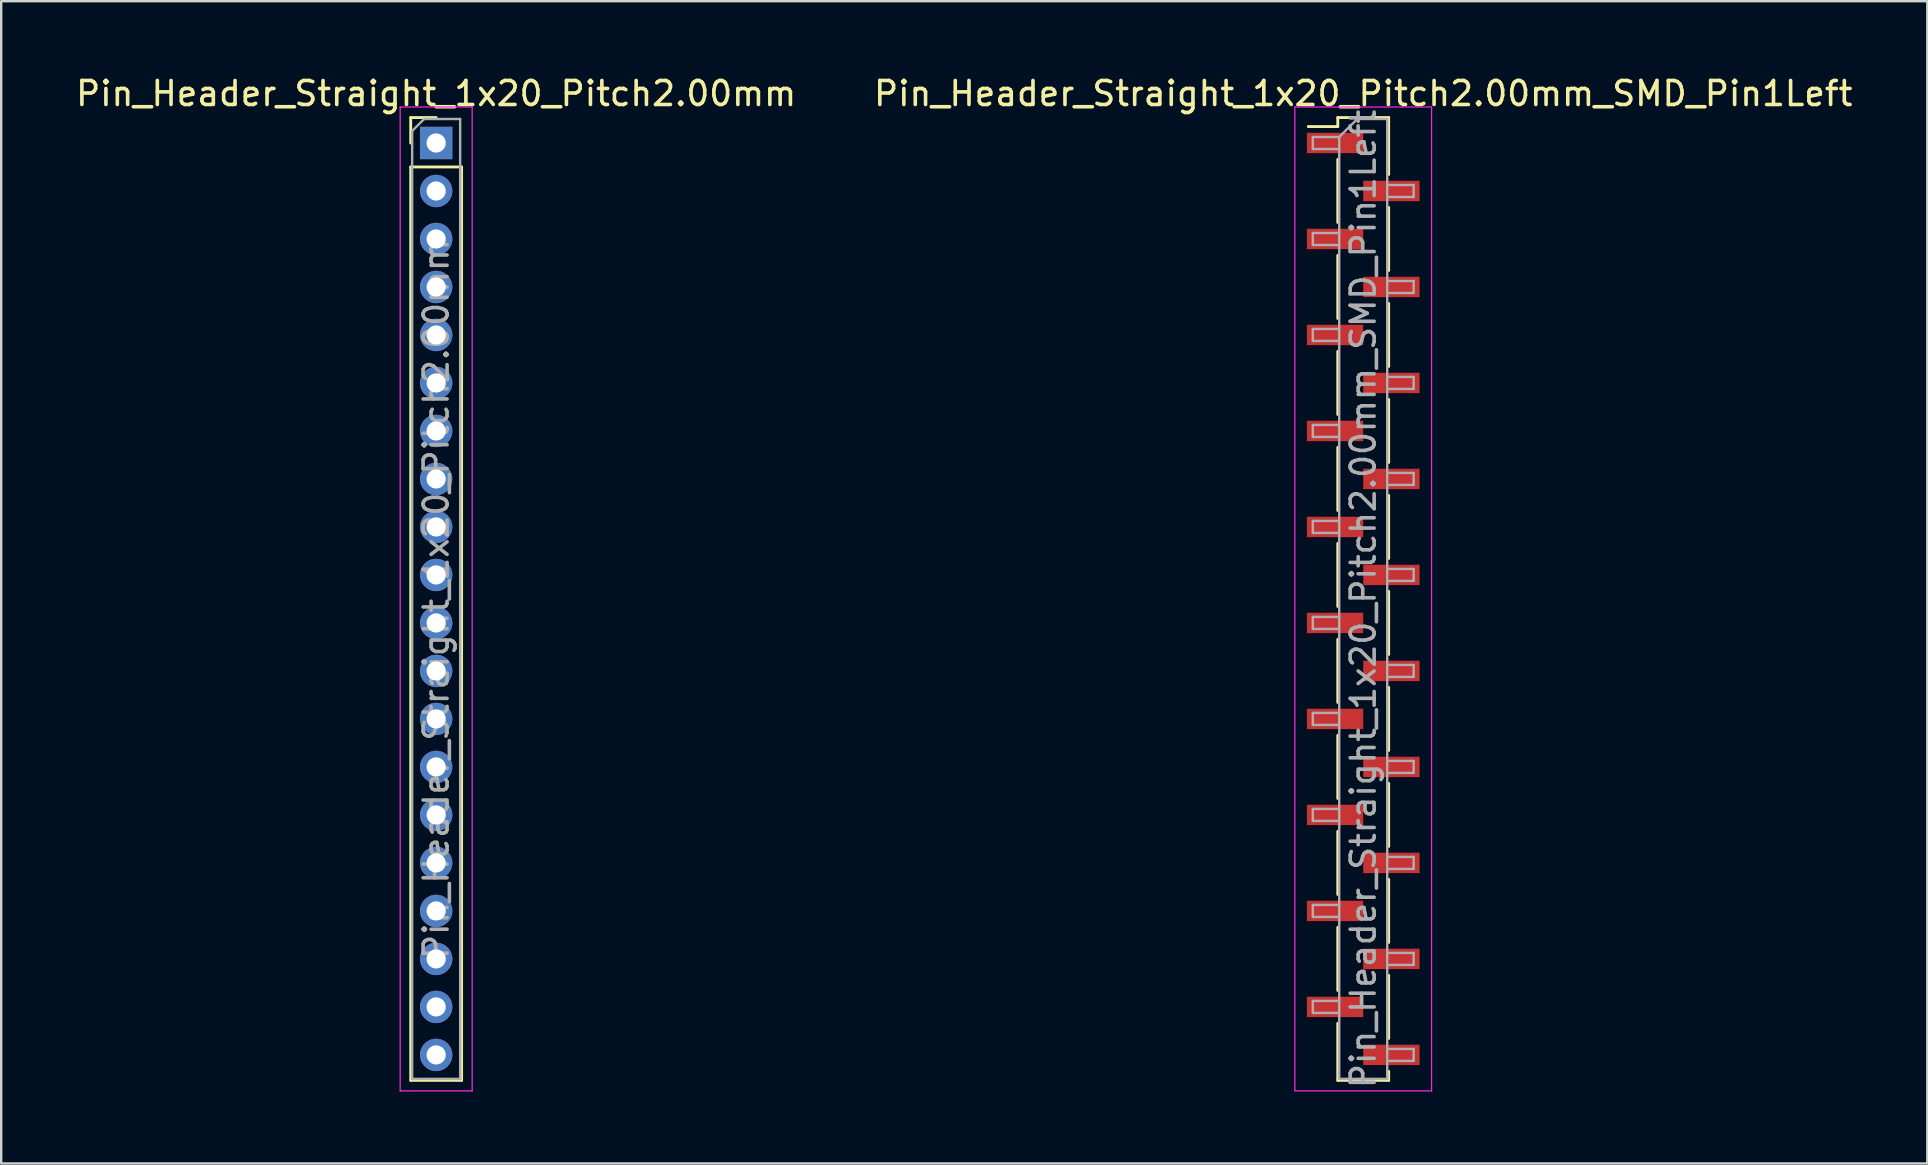
<source format=kicad_pcb>
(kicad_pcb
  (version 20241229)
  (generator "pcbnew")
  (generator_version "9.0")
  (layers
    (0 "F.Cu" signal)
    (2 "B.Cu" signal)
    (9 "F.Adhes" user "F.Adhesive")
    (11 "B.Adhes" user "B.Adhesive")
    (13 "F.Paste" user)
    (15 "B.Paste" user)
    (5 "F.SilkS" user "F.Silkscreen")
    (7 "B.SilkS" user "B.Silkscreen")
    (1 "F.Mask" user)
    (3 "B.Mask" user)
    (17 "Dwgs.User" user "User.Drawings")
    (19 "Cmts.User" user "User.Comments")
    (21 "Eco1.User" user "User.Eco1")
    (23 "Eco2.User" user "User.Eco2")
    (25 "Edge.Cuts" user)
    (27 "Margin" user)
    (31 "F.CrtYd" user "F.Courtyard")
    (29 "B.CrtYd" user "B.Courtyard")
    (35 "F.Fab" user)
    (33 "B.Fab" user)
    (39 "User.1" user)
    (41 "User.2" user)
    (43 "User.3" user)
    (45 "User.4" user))
  (footprint "Pin_Header_Straight_1x20_Pitch2.00mm_SMD_Pin1Left"
    (layer "F.Cu")
    (at 53.756 21.908)
    (property "Reference" "Pin_Header_Straight_1x20_Pitch2.00mm_SMD_Pin1Left" (at 0 -21.06 0) (layer "F.SilkS") (effects (font (size 1 1) (thickness 0.15))))
    (attr smd)
    (fp_line (start -1.06 -20.06) (end -1.06 -19.685) (stroke (width 0.12) (type solid)) (layer "F.SilkS"))
    (fp_line (start -1.06 -20.06) (end 1.06 -20.06) (stroke (width 0.12) (type solid)) (layer "F.SilkS"))
    (fp_line (start -1.06 -19.685) (end -2.29 -19.685) (stroke (width 0.12) (type solid)) (layer "F.SilkS"))
    (fp_line (start -1.06 -18.315) (end -1.06 -15.685) (stroke (width 0.12) (type solid)) (layer "F.SilkS"))
    (fp_line (start -1.06 -14.315) (end -1.06 -11.685) (stroke (width 0.12) (type solid)) (layer "F.SilkS"))
    (fp_line (start -1.06 -10.315) (end -1.06 -7.685) (stroke (width 0.12) (type solid)) (layer "F.SilkS"))
    (fp_line (start -1.06 -6.315) (end -1.06 -3.685) (stroke (width 0.12) (type solid)) (layer "F.SilkS"))
    (fp_line (start -1.06 -2.315) (end -1.06 0.315) (stroke (width 0.12) (type solid)) (layer "F.SilkS"))
    (fp_line (start -1.06 1.685) (end -1.06 4.315) (stroke (width 0.12) (type solid)) (layer "F.SilkS"))
    (fp_line (start -1.06 5.685) (end -1.06 8.315) (stroke (width 0.12) (type solid)) (layer "F.SilkS"))
    (fp_line (start -1.06 9.685) (end -1.06 12.315) (stroke (width 0.12) (type solid)) (layer "F.SilkS"))
    (fp_line (start -1.06 13.685) (end -1.06 16.315) (stroke (width 0.12) (type solid)) (layer "F.SilkS"))
    (fp_line (start -1.06 17.685) (end -1.06 20.06) (stroke (width 0.12) (type solid)) (layer "F.SilkS"))
    (fp_line (start -1.06 20.06) (end 1.06 20.06) (stroke (width 0.12) (type solid)) (layer "F.SilkS"))
    (fp_line (start 1.06 -20.06) (end 1.06 -17.685) (stroke (width 0.12) (type solid)) (layer "F.SilkS"))
    (fp_line (start 1.06 -16.315) (end 1.06 -13.685) (stroke (width 0.12) (type solid)) (layer "F.SilkS"))
    (fp_line (start 1.06 -12.315) (end 1.06 -9.685) (stroke (width 0.12) (type solid)) (layer "F.SilkS"))
    (fp_line (start 1.06 -8.315) (end 1.06 -5.685) (stroke (width 0.12) (type solid)) (layer "F.SilkS"))
    (fp_line (start 1.06 -4.315) (end 1.06 -1.685) (stroke (width 0.12) (type solid)) (layer "F.SilkS"))
    (fp_line (start 1.06 -0.315) (end 1.06 2.315) (stroke (width 0.12) (type solid)) (layer "F.SilkS"))
    (fp_line (start 1.06 3.685) (end 1.06 6.315) (stroke (width 0.12) (type solid)) (layer "F.SilkS"))
    (fp_line (start 1.06 7.685) (end 1.06 10.315) (stroke (width 0.12) (type solid)) (layer "F.SilkS"))
    (fp_line (start 1.06 11.685) (end 1.06 14.315) (stroke (width 0.12) (type solid)) (layer "F.SilkS"))
    (fp_line (start 1.06 15.685) (end 1.06 18.315) (stroke (width 0.12) (type solid)) (layer "F.SilkS"))
    (fp_line (start 1.06 19.685) (end 1.06 20.06) (stroke (width 0.12) (type solid)) (layer "F.SilkS"))
    (fp_line (start -2.85 -20.5) (end -2.85 20.5) (stroke (width 0.05) (type solid)) (layer "F.CrtYd"))
    (fp_line (start -2.85 20.5) (end 2.85 20.5) (stroke (width 0.05) (type solid)) (layer "F.CrtYd"))
    (fp_line (start 2.85 -20.5) (end -2.85 -20.5) (stroke (width 0.05) (type solid)) (layer "F.CrtYd"))
    (fp_line (start 2.85 20.5) (end 2.85 -20.5) (stroke (width 0.05) (type solid)) (layer "F.CrtYd"))
    (fp_line (start -2.1 -19.25) (end -2.1 -18.75) (stroke (width 0.1) (type solid)) (layer "F.Fab"))
    (fp_line (start -2.1 -18.75) (end -1 -18.75) (stroke (width 0.1) (type solid)) (layer "F.Fab"))
    (fp_line (start -2.1 -15.25) (end -2.1 -14.75) (stroke (width 0.1) (type solid)) (layer "F.Fab"))
    (fp_line (start -2.1 -14.75) (end -1 -14.75) (stroke (width 0.1) (type solid)) (layer "F.Fab"))
    (fp_line (start -2.1 -11.25) (end -2.1 -10.75) (stroke (width 0.1) (type solid)) (layer "F.Fab"))
    (fp_line (start -2.1 -10.75) (end -1 -10.75) (stroke (width 0.1) (type solid)) (layer "F.Fab"))
    (fp_line (start -2.1 -7.25) (end -2.1 -6.75) (stroke (width 0.1) (type solid)) (layer "F.Fab"))
    (fp_line (start -2.1 -6.75) (end -1 -6.75) (stroke (width 0.1) (type solid)) (layer "F.Fab"))
    (fp_line (start -2.1 -3.25) (end -2.1 -2.75) (stroke (width 0.1) (type solid)) (layer "F.Fab"))
    (fp_line (start -2.1 -2.75) (end -1 -2.75) (stroke (width 0.1) (type solid)) (layer "F.Fab"))
    (fp_line (start -2.1 0.75) (end -2.1 1.25) (stroke (width 0.1) (type solid)) (layer "F.Fab"))
    (fp_line (start -2.1 1.25) (end -1 1.25) (stroke (width 0.1) (type solid)) (layer "F.Fab"))
    (fp_line (start -2.1 4.75) (end -2.1 5.25) (stroke (width 0.1) (type solid)) (layer "F.Fab"))
    (fp_line (start -2.1 5.25) (end -1 5.25) (stroke (width 0.1) (type solid)) (layer "F.Fab"))
    (fp_line (start -2.1 8.75) (end -2.1 9.25) (stroke (width 0.1) (type solid)) (layer "F.Fab"))
    (fp_line (start -2.1 9.25) (end -1 9.25) (stroke (width 0.1) (type solid)) (layer "F.Fab"))
    (fp_line (start -2.1 12.75) (end -2.1 13.25) (stroke (width 0.1) (type solid)) (layer "F.Fab"))
    (fp_line (start -2.1 13.25) (end -1 13.25) (stroke (width 0.1) (type solid)) (layer "F.Fab"))
    (fp_line (start -2.1 16.75) (end -2.1 17.25) (stroke (width 0.1) (type solid)) (layer "F.Fab"))
    (fp_line (start -2.1 17.25) (end -1 17.25) (stroke (width 0.1) (type solid)) (layer "F.Fab"))
    (fp_line (start -1 -19.25) (end -2.1 -19.25) (stroke (width 0.1) (type solid)) (layer "F.Fab"))
    (fp_line (start -1 -19.25) (end -0.25 -20) (stroke (width 0.1) (type solid)) (layer "F.Fab"))
    (fp_line (start -1 -15.25) (end -2.1 -15.25) (stroke (width 0.1) (type solid)) (layer "F.Fab"))
    (fp_line (start -1 -11.25) (end -2.1 -11.25) (stroke (width 0.1) (type solid)) (layer "F.Fab"))
    (fp_line (start -1 -7.25) (end -2.1 -7.25) (stroke (width 0.1) (type solid)) (layer "F.Fab"))
    (fp_line (start -1 -3.25) (end -2.1 -3.25) (stroke (width 0.1) (type solid)) (layer "F.Fab"))
    (fp_line (start -1 0.75) (end -2.1 0.75) (stroke (width 0.1) (type solid)) (layer "F.Fab"))
    (fp_line (start -1 4.75) (end -2.1 4.75) (stroke (width 0.1) (type solid)) (layer "F.Fab"))
    (fp_line (start -1 8.75) (end -2.1 8.75) (stroke (width 0.1) (type solid)) (layer "F.Fab"))
    (fp_line (start -1 12.75) (end -2.1 12.75) (stroke (width 0.1) (type solid)) (layer "F.Fab"))
    (fp_line (start -1 16.75) (end -2.1 16.75) (stroke (width 0.1) (type solid)) (layer "F.Fab"))
    (fp_line (start -1 20) (end -1 -19.25) (stroke (width 0.1) (type solid)) (layer "F.Fab"))
    (fp_line (start -0.25 -20) (end 1 -20) (stroke (width 0.1) (type solid)) (layer "F.Fab"))
    (fp_line (start 1 -20) (end 1 20) (stroke (width 0.1) (type solid)) (layer "F.Fab"))
    (fp_line (start 1 -17.25) (end 2.1 -17.25) (stroke (width 0.1) (type solid)) (layer "F.Fab"))
    (fp_line (start 1 -13.25) (end 2.1 -13.25) (stroke (width 0.1) (type solid)) (layer "F.Fab"))
    (fp_line (start 1 -9.25) (end 2.1 -9.25) (stroke (width 0.1) (type solid)) (layer "F.Fab"))
    (fp_line (start 1 -5.25) (end 2.1 -5.25) (stroke (width 0.1) (type solid)) (layer "F.Fab"))
    (fp_line (start 1 -1.25) (end 2.1 -1.25) (stroke (width 0.1) (type solid)) (layer "F.Fab"))
    (fp_line (start 1 2.75) (end 2.1 2.75) (stroke (width 0.1) (type solid)) (layer "F.Fab"))
    (fp_line (start 1 6.75) (end 2.1 6.75) (stroke (width 0.1) (type solid)) (layer "F.Fab"))
    (fp_line (start 1 10.75) (end 2.1 10.75) (stroke (width 0.1) (type solid)) (layer "F.Fab"))
    (fp_line (start 1 14.75) (end 2.1 14.75) (stroke (width 0.1) (type solid)) (layer "F.Fab"))
    (fp_line (start 1 18.75) (end 2.1 18.75) (stroke (width 0.1) (type solid)) (layer "F.Fab"))
    (fp_line (start 1 20) (end -1 20) (stroke (width 0.1) (type solid)) (layer "F.Fab"))
    (fp_line (start 2.1 -17.25) (end 2.1 -16.75) (stroke (width 0.1) (type solid)) (layer "F.Fab"))
    (fp_line (start 2.1 -16.75) (end 1 -16.75) (stroke (width 0.1) (type solid)) (layer "F.Fab"))
    (fp_line (start 2.1 -13.25) (end 2.1 -12.75) (stroke (width 0.1) (type solid)) (layer "F.Fab"))
    (fp_line (start 2.1 -12.75) (end 1 -12.75) (stroke (width 0.1) (type solid)) (layer "F.Fab"))
    (fp_line (start 2.1 -9.25) (end 2.1 -8.75) (stroke (width 0.1) (type solid)) (layer "F.Fab"))
    (fp_line (start 2.1 -8.75) (end 1 -8.75) (stroke (width 0.1) (type solid)) (layer "F.Fab"))
    (fp_line (start 2.1 -5.25) (end 2.1 -4.75) (stroke (width 0.1) (type solid)) (layer "F.Fab"))
    (fp_line (start 2.1 -4.75) (end 1 -4.75) (stroke (width 0.1) (type solid)) (layer "F.Fab"))
    (fp_line (start 2.1 -1.25) (end 2.1 -0.75) (stroke (width 0.1) (type solid)) (layer "F.Fab"))
    (fp_line (start 2.1 -0.75) (end 1 -0.75) (stroke (width 0.1) (type solid)) (layer "F.Fab"))
    (fp_line (start 2.1 2.75) (end 2.1 3.25) (stroke (width 0.1) (type solid)) (layer "F.Fab"))
    (fp_line (start 2.1 3.25) (end 1 3.25) (stroke (width 0.1) (type solid)) (layer "F.Fab"))
    (fp_line (start 2.1 6.75) (end 2.1 7.25) (stroke (width 0.1) (type solid)) (layer "F.Fab"))
    (fp_line (start 2.1 7.25) (end 1 7.25) (stroke (width 0.1) (type solid)) (layer "F.Fab"))
    (fp_line (start 2.1 10.75) (end 2.1 11.25) (stroke (width 0.1) (type solid)) (layer "F.Fab"))
    (fp_line (start 2.1 11.25) (end 1 11.25) (stroke (width 0.1) (type solid)) (layer "F.Fab"))
    (fp_line (start 2.1 14.75) (end 2.1 15.25) (stroke (width 0.1) (type solid)) (layer "F.Fab"))
    (fp_line (start 2.1 15.25) (end 1 15.25) (stroke (width 0.1) (type solid)) (layer "F.Fab"))
    (fp_line (start 2.1 18.75) (end 2.1 19.25) (stroke (width 0.1) (type solid)) (layer "F.Fab"))
    (fp_line (start 2.1 19.25) (end 1 19.25) (stroke (width 0.1) (type solid)) (layer "F.Fab"))
    (fp_text user "${REFERENCE}" (at 0 0 90) (layer "F.Fab") (effects (font (size 1 1) (thickness 0.15))))
    (pad "1" smd rect (at -1.175 -19) (size 2.35 0.85) (layers "F.Cu" "F.Mask" "F.Paste"))
    (pad "2" smd rect (at 1.175 -17) (size 2.35 0.85) (layers "F.Cu" "F.Mask" "F.Paste"))
    (pad "3" smd rect (at -1.175 -15) (size 2.35 0.85) (layers "F.Cu" "F.Mask" "F.Paste"))
    (pad "4" smd rect (at 1.175 -13) (size 2.35 0.85) (layers "F.Cu" "F.Mask" "F.Paste"))
    (pad "5" smd rect (at -1.175 -11) (size 2.35 0.85) (layers "F.Cu" "F.Mask" "F.Paste"))
    (pad "6" smd rect (at 1.175 -9) (size 2.35 0.85) (layers "F.Cu" "F.Mask" "F.Paste"))
    (pad "7" smd rect (at -1.175 -7) (size 2.35 0.85) (layers "F.Cu" "F.Mask" "F.Paste"))
    (pad "8" smd rect (at 1.175 -5) (size 2.35 0.85) (layers "F.Cu" "F.Mask" "F.Paste"))
    (pad "9" smd rect (at -1.175 -3) (size 2.35 0.85) (layers "F.Cu" "F.Mask" "F.Paste"))
    (pad "10" smd rect (at 1.175 -1) (size 2.35 0.85) (layers "F.Cu" "F.Mask" "F.Paste"))
    (pad "11" smd rect (at -1.175 1) (size 2.35 0.85) (layers "F.Cu" "F.Mask" "F.Paste"))
    (pad "12" smd rect (at 1.175 3) (size 2.35 0.85) (layers "F.Cu" "F.Mask" "F.Paste"))
    (pad "13" smd rect (at -1.175 5) (size 2.35 0.85) (layers "F.Cu" "F.Mask" "F.Paste"))
    (pad "14" smd rect (at 1.175 7) (size 2.35 0.85) (layers "F.Cu" "F.Mask" "F.Paste"))
    (pad "15" smd rect (at -1.175 9) (size 2.35 0.85) (layers "F.Cu" "F.Mask" "F.Paste"))
    (pad "16" smd rect (at 1.175 11) (size 2.35 0.85) (layers "F.Cu" "F.Mask" "F.Paste"))
    (pad "17" smd rect (at -1.175 13) (size 2.35 0.85) (layers "F.Cu" "F.Mask" "F.Paste"))
    (pad "18" smd rect (at 1.175 15) (size 2.35 0.85) (layers "F.Cu" "F.Mask" "F.Paste"))
    (pad "19" smd rect (at -1.175 17) (size 2.35 0.85) (layers "F.Cu" "F.Mask" "F.Paste"))
    (pad "20" smd rect (at 1.175 19) (size 2.35 0.85) (layers "F.Cu" "F.Mask" "F.Paste")))
  (footprint "Pin_Header_Straight_1x20_Pitch2.00mm"
    (layer "F.Cu")
    (at 15.125 2.908)
    (property "Reference" "Pin_Header_Straight_1x20_Pitch2.00mm" (at 0 -2.06 0) (layer "F.SilkS") (effects (font (size 1 1) (thickness 0.15))))
    (attr through_hole)
    (fp_line (start -1.06 -1.06) (end 0 -1.06) (stroke (width 0.12) (type solid)) (layer "F.SilkS"))
    (fp_line (start -1.06 0) (end -1.06 -1.06) (stroke (width 0.12) (type solid)) (layer "F.SilkS"))
    (fp_line (start -1.06 1) (end -1.06 39.06) (stroke (width 0.12) (type solid)) (layer "F.SilkS"))
    (fp_line (start -1.06 1) (end 1.06 1) (stroke (width 0.12) (type solid)) (layer "F.SilkS"))
    (fp_line (start -1.06 39.06) (end 1.06 39.06) (stroke (width 0.12) (type solid)) (layer "F.SilkS"))
    (fp_line (start 1.06 1) (end 1.06 39.06) (stroke (width 0.12) (type solid)) (layer "F.SilkS"))
    (fp_line (start -1.5 -1.5) (end -1.5 39.5) (stroke (width 0.05) (type solid)) (layer "F.CrtYd"))
    (fp_line (start -1.5 39.5) (end 1.5 39.5) (stroke (width 0.05) (type solid)) (layer "F.CrtYd"))
    (fp_line (start 1.5 -1.5) (end -1.5 -1.5) (stroke (width 0.05) (type solid)) (layer "F.CrtYd"))
    (fp_line (start 1.5 39.5) (end 1.5 -1.5) (stroke (width 0.05) (type solid)) (layer "F.CrtYd"))
    (fp_line (start -1 -0.5) (end -0.5 -1) (stroke (width 0.1) (type solid)) (layer "F.Fab"))
    (fp_line (start -1 39) (end -1 -0.5) (stroke (width 0.1) (type solid)) (layer "F.Fab"))
    (fp_line (start -0.5 -1) (end 1 -1) (stroke (width 0.1) (type solid)) (layer "F.Fab"))
    (fp_line (start 1 -1) (end 1 39) (stroke (width 0.1) (type solid)) (layer "F.Fab"))
    (fp_line (start 1 39) (end -1 39) (stroke (width 0.1) (type solid)) (layer "F.Fab"))
    (fp_text user "${REFERENCE}" (at 0 19 90) (layer "F.Fab") (effects (font (size 1 1) (thickness 0.15))))
    (pad "1" thru_hole rect (at 0 0) (size 1.35 1.35) (drill 0.8) (layers "*.Cu" "*.Mask"))
    (pad "2" thru_hole oval (at 0 2) (size 1.35 1.35) (drill 0.8) (layers "*.Cu" "*.Mask"))
    (pad "3" thru_hole oval (at 0 4) (size 1.35 1.35) (drill 0.8) (layers "*.Cu" "*.Mask"))
    (pad "4" thru_hole oval (at 0 6) (size 1.35 1.35) (drill 0.8) (layers "*.Cu" "*.Mask"))
    (pad "5" thru_hole oval (at 0 8) (size 1.35 1.35) (drill 0.8) (layers "*.Cu" "*.Mask"))
    (pad "6" thru_hole oval (at 0 10) (size 1.35 1.35) (drill 0.8) (layers "*.Cu" "*.Mask"))
    (pad "7" thru_hole oval (at 0 12) (size 1.35 1.35) (drill 0.8) (layers "*.Cu" "*.Mask"))
    (pad "8" thru_hole oval (at 0 14) (size 1.35 1.35) (drill 0.8) (layers "*.Cu" "*.Mask"))
    (pad "9" thru_hole oval (at 0 16) (size 1.35 1.35) (drill 0.8) (layers "*.Cu" "*.Mask"))
    (pad "10" thru_hole oval (at 0 18) (size 1.35 1.35) (drill 0.8) (layers "*.Cu" "*.Mask"))
    (pad "11" thru_hole oval (at 0 20) (size 1.35 1.35) (drill 0.8) (layers "*.Cu" "*.Mask"))
    (pad "12" thru_hole oval (at 0 22) (size 1.35 1.35) (drill 0.8) (layers "*.Cu" "*.Mask"))
    (pad "13" thru_hole oval (at 0 24) (size 1.35 1.35) (drill 0.8) (layers "*.Cu" "*.Mask"))
    (pad "14" thru_hole oval (at 0 26) (size 1.35 1.35) (drill 0.8) (layers "*.Cu" "*.Mask"))
    (pad "15" thru_hole oval (at 0 28) (size 1.35 1.35) (drill 0.8) (layers "*.Cu" "*.Mask"))
    (pad "16" thru_hole oval (at 0 30) (size 1.35 1.35) (drill 0.8) (layers "*.Cu" "*.Mask"))
    (pad "17" thru_hole oval (at 0 32) (size 1.35 1.35) (drill 0.8) (layers "*.Cu" "*.Mask"))
    (pad "18" thru_hole oval (at 0 34) (size 1.35 1.35) (drill 0.8) (layers "*.Cu" "*.Mask"))
    (pad "19" thru_hole oval (at 0 36) (size 1.35 1.35) (drill 0.8) (layers "*.Cu" "*.Mask"))
    (pad "20" thru_hole oval (at 0 38) (size 1.35 1.35) (drill 0.8) (layers "*.Cu" "*.Mask")))
  (gr_rect
    (start -3 -3)
    (end 77.262 45.433)
    (stroke (width 0.1) (type default))
    (fill no)
    (layer "Edge.Cuts")))
</source>
